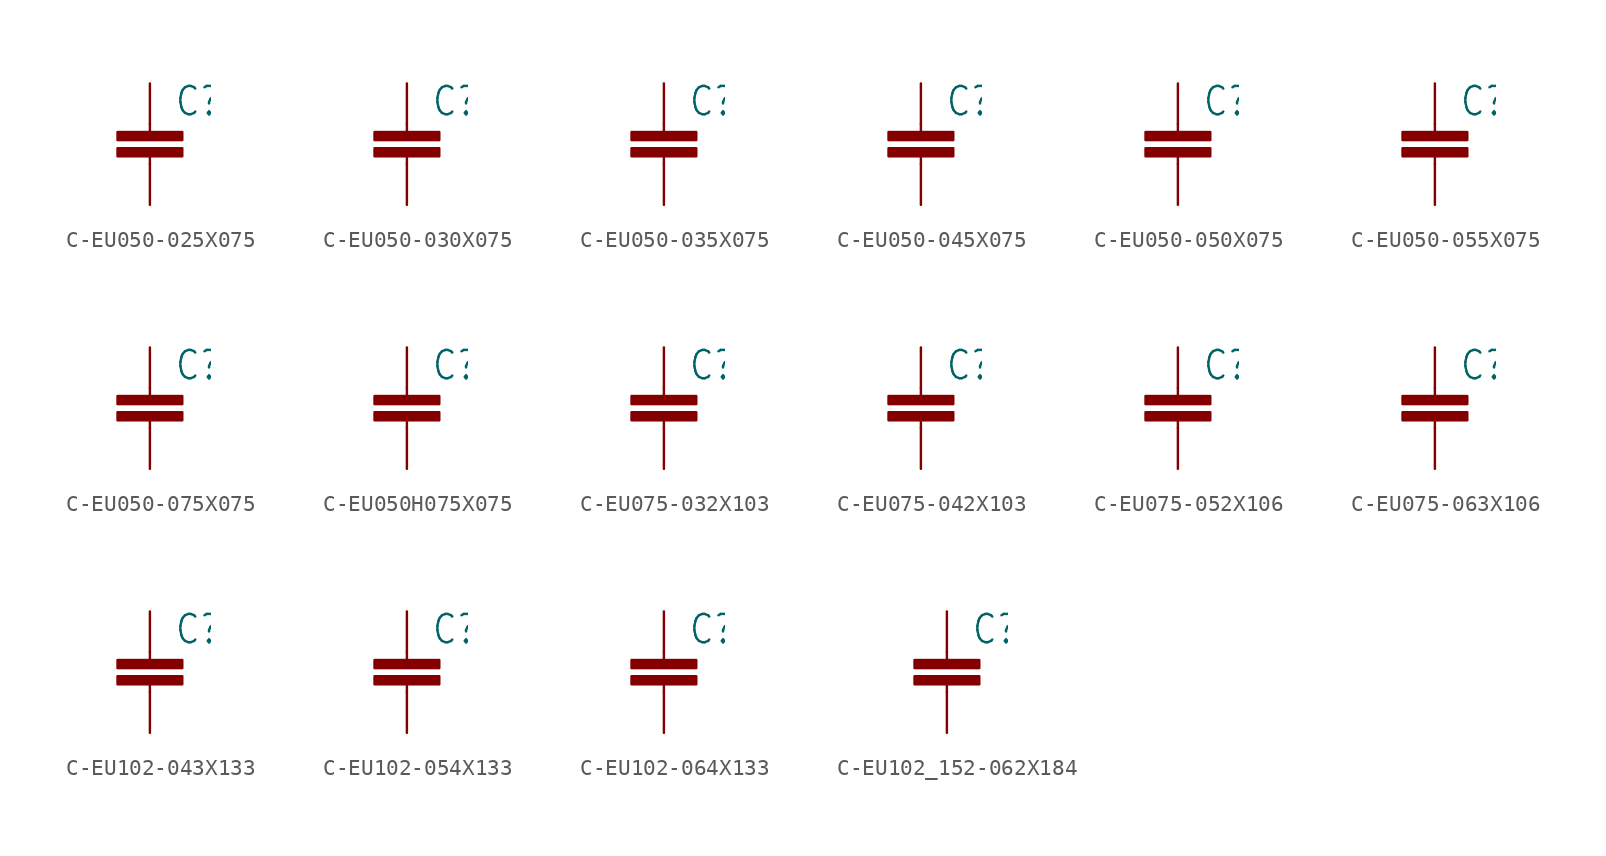
<source format=kicad_sym>
(kicad_symbol_lib
  (version 20241209)
  (generator "kicad_symbol_editor")
  (generator_version "9.0")
  (symbol "C-EU050-025X075"
    (property "Reference" "C"
      (at 1.524 0.381 0)
      (effects (font (size 1.778 1.511)) (justify left bottom)))
    (property "Value" ""
      (at 1.524 -4.699 0)
      (effects (font (size 1.778 1.511)) (justify left bottom)))
    (property "ki_locked" ""
      (at 0 0 0)
      (effects (font (size 1.27 1.27))))
    (symbol "C-EU050-025X075_1_0"
      (rectangle (start -2.032 -1.016) (end 2.032 -0.508) (stroke (width 0) (type default)) (fill (type outline)))
      (rectangle (start -2.032 -2.032) (end 2.032 -1.524) (stroke (width 0) (type default)) (fill (type outline)))
      (polyline (pts (xy 0 0) (xy 0 -0.508)) (stroke (width 0.152) (type solid)) (fill (type none)))
      (polyline (pts (xy 0 -2.54) (xy 0 -2.032)) (stroke (width 0.152) (type solid)) (fill (type none)))
      (pin passive line (at 0 2.54 270) (length 2.54) (name "1" (effects (font (size 0 0)))) (number "1" (effects (font (size 0 0)))))
      (pin passive line (at 0 -5.08 90) (length 2.54) (name "2" (effects (font (size 0 0)))) (number "2" (effects (font (size 0 0)))))))
  (symbol "C-EU050-030X075"
    (property "Reference" "C"
      (at 1.524 0.381 0)
      (effects (font (size 1.778 1.511)) (justify left bottom)))
    (property "Value" ""
      (at 1.524 -4.699 0)
      (effects (font (size 1.778 1.511)) (justify left bottom)))
    (property "ki_locked" ""
      (at 0 0 0)
      (effects (font (size 1.27 1.27))))
    (symbol "C-EU050-030X075_1_0"
      (rectangle (start -2.032 -1.016) (end 2.032 -0.508) (stroke (width 0) (type default)) (fill (type outline)))
      (rectangle (start -2.032 -2.032) (end 2.032 -1.524) (stroke (width 0) (type default)) (fill (type outline)))
      (polyline (pts (xy 0 0) (xy 0 -0.508)) (stroke (width 0.152) (type solid)) (fill (type none)))
      (polyline (pts (xy 0 -2.54) (xy 0 -2.032)) (stroke (width 0.152) (type solid)) (fill (type none)))
      (pin passive line (at 0 2.54 270) (length 2.54) (name "1" (effects (font (size 0 0)))) (number "1" (effects (font (size 0 0)))))
      (pin passive line (at 0 -5.08 90) (length 2.54) (name "2" (effects (font (size 0 0)))) (number "2" (effects (font (size 0 0)))))))
  (symbol "C-EU050-035X075"
    (property "Reference" "C"
      (at 1.524 0.381 0)
      (effects (font (size 1.778 1.511)) (justify left bottom)))
    (property "Value" ""
      (at 1.524 -4.699 0)
      (effects (font (size 1.778 1.511)) (justify left bottom)))
    (property "ki_locked" ""
      (at 0 0 0)
      (effects (font (size 1.27 1.27))))
    (symbol "C-EU050-035X075_1_0"
      (rectangle (start -2.032 -1.016) (end 2.032 -0.508) (stroke (width 0) (type default)) (fill (type outline)))
      (rectangle (start -2.032 -2.032) (end 2.032 -1.524) (stroke (width 0) (type default)) (fill (type outline)))
      (polyline (pts (xy 0 0) (xy 0 -0.508)) (stroke (width 0.152) (type solid)) (fill (type none)))
      (polyline (pts (xy 0 -2.54) (xy 0 -2.032)) (stroke (width 0.152) (type solid)) (fill (type none)))
      (pin passive line (at 0 2.54 270) (length 2.54) (name "1" (effects (font (size 0 0)))) (number "1" (effects (font (size 0 0)))))
      (pin passive line (at 0 -5.08 90) (length 2.54) (name "2" (effects (font (size 0 0)))) (number "2" (effects (font (size 0 0)))))))
  (symbol "C-EU050-045X075"
    (property "Reference" "C"
      (at 1.524 0.381 0)
      (effects (font (size 1.778 1.511)) (justify left bottom)))
    (property "Value" ""
      (at 1.524 -4.699 0)
      (effects (font (size 1.778 1.511)) (justify left bottom)))
    (property "ki_locked" ""
      (at 0 0 0)
      (effects (font (size 1.27 1.27))))
    (symbol "C-EU050-045X075_1_0"
      (rectangle (start -2.032 -1.016) (end 2.032 -0.508) (stroke (width 0) (type default)) (fill (type outline)))
      (rectangle (start -2.032 -2.032) (end 2.032 -1.524) (stroke (width 0) (type default)) (fill (type outline)))
      (polyline (pts (xy 0 0) (xy 0 -0.508)) (stroke (width 0.152) (type solid)) (fill (type none)))
      (polyline (pts (xy 0 -2.54) (xy 0 -2.032)) (stroke (width 0.152) (type solid)) (fill (type none)))
      (pin passive line (at 0 2.54 270) (length 2.54) (name "1" (effects (font (size 0 0)))) (number "1" (effects (font (size 0 0)))))
      (pin passive line (at 0 -5.08 90) (length 2.54) (name "2" (effects (font (size 0 0)))) (number "2" (effects (font (size 0 0)))))))
  (symbol "C-EU050-050X075"
    (property "Reference" "C"
      (at 1.524 0.381 0)
      (effects (font (size 1.778 1.511)) (justify left bottom)))
    (property "Value" ""
      (at 1.524 -4.699 0)
      (effects (font (size 1.778 1.511)) (justify left bottom)))
    (property "ki_locked" ""
      (at 0 0 0)
      (effects (font (size 1.27 1.27))))
    (symbol "C-EU050-050X075_1_0"
      (rectangle (start -2.032 -1.016) (end 2.032 -0.508) (stroke (width 0) (type default)) (fill (type outline)))
      (rectangle (start -2.032 -2.032) (end 2.032 -1.524) (stroke (width 0) (type default)) (fill (type outline)))
      (polyline (pts (xy 0 0) (xy 0 -0.508)) (stroke (width 0.152) (type solid)) (fill (type none)))
      (polyline (pts (xy 0 -2.54) (xy 0 -2.032)) (stroke (width 0.152) (type solid)) (fill (type none)))
      (pin passive line (at 0 2.54 270) (length 2.54) (name "1" (effects (font (size 0 0)))) (number "1" (effects (font (size 0 0)))))
      (pin passive line (at 0 -5.08 90) (length 2.54) (name "2" (effects (font (size 0 0)))) (number "2" (effects (font (size 0 0)))))))
  (symbol "C-EU050-055X075"
    (property "Reference" "C"
      (at 1.524 0.381 0)
      (effects (font (size 1.778 1.511)) (justify left bottom)))
    (property "Value" ""
      (at 1.524 -4.699 0)
      (effects (font (size 1.778 1.511)) (justify left bottom)))
    (property "ki_locked" ""
      (at 0 0 0)
      (effects (font (size 1.27 1.27))))
    (symbol "C-EU050-055X075_1_0"
      (rectangle (start -2.032 -1.016) (end 2.032 -0.508) (stroke (width 0) (type default)) (fill (type outline)))
      (rectangle (start -2.032 -2.032) (end 2.032 -1.524) (stroke (width 0) (type default)) (fill (type outline)))
      (polyline (pts (xy 0 0) (xy 0 -0.508)) (stroke (width 0.152) (type solid)) (fill (type none)))
      (polyline (pts (xy 0 -2.54) (xy 0 -2.032)) (stroke (width 0.152) (type solid)) (fill (type none)))
      (pin passive line (at 0 2.54 270) (length 2.54) (name "1" (effects (font (size 0 0)))) (number "1" (effects (font (size 0 0)))))
      (pin passive line (at 0 -5.08 90) (length 2.54) (name "2" (effects (font (size 0 0)))) (number "2" (effects (font (size 0 0)))))))
  (symbol "C-EU050-075X075"
    (property "Reference" "C"
      (at 1.524 0.381 0)
      (effects (font (size 1.778 1.511)) (justify left bottom)))
    (property "Value" ""
      (at 1.524 -4.699 0)
      (effects (font (size 1.778 1.511)) (justify left bottom)))
    (property "ki_locked" ""
      (at 0 0 0)
      (effects (font (size 1.27 1.27))))
    (symbol "C-EU050-075X075_1_0"
      (rectangle (start -2.032 -1.016) (end 2.032 -0.508) (stroke (width 0) (type default)) (fill (type outline)))
      (rectangle (start -2.032 -2.032) (end 2.032 -1.524) (stroke (width 0) (type default)) (fill (type outline)))
      (polyline (pts (xy 0 0) (xy 0 -0.508)) (stroke (width 0.152) (type solid)) (fill (type none)))
      (polyline (pts (xy 0 -2.54) (xy 0 -2.032)) (stroke (width 0.152) (type solid)) (fill (type none)))
      (pin passive line (at 0 2.54 270) (length 2.54) (name "1" (effects (font (size 0 0)))) (number "1" (effects (font (size 0 0)))))
      (pin passive line (at 0 -5.08 90) (length 2.54) (name "2" (effects (font (size 0 0)))) (number "2" (effects (font (size 0 0)))))))
  (symbol "C-EU050H075X075"
    (property "Reference" "C"
      (at 1.524 0.381 0)
      (effects (font (size 1.778 1.511)) (justify left bottom)))
    (property "Value" ""
      (at 1.524 -4.699 0)
      (effects (font (size 1.778 1.511)) (justify left bottom)))
    (property "ki_locked" ""
      (at 0 0 0)
      (effects (font (size 1.27 1.27))))
    (symbol "C-EU050H075X075_1_0"
      (rectangle (start -2.032 -1.016) (end 2.032 -0.508) (stroke (width 0) (type default)) (fill (type outline)))
      (rectangle (start -2.032 -2.032) (end 2.032 -1.524) (stroke (width 0) (type default)) (fill (type outline)))
      (polyline (pts (xy 0 0) (xy 0 -0.508)) (stroke (width 0.152) (type solid)) (fill (type none)))
      (polyline (pts (xy 0 -2.54) (xy 0 -2.032)) (stroke (width 0.152) (type solid)) (fill (type none)))
      (pin passive line (at 0 2.54 270) (length 2.54) (name "1" (effects (font (size 0 0)))) (number "1" (effects (font (size 0 0)))))
      (pin passive line (at 0 -5.08 90) (length 2.54) (name "2" (effects (font (size 0 0)))) (number "2" (effects (font (size 0 0)))))))
  (symbol "C-EU075-032X103"
    (property "Reference" "C"
      (at 1.524 0.381 0)
      (effects (font (size 1.778 1.511)) (justify left bottom)))
    (property "Value" ""
      (at 1.524 -4.699 0)
      (effects (font (size 1.778 1.511)) (justify left bottom)))
    (property "ki_locked" ""
      (at 0 0 0)
      (effects (font (size 1.27 1.27))))
    (symbol "C-EU075-032X103_1_0"
      (rectangle (start -2.032 -1.016) (end 2.032 -0.508) (stroke (width 0) (type default)) (fill (type outline)))
      (rectangle (start -2.032 -2.032) (end 2.032 -1.524) (stroke (width 0) (type default)) (fill (type outline)))
      (polyline (pts (xy 0 0) (xy 0 -0.508)) (stroke (width 0.152) (type solid)) (fill (type none)))
      (polyline (pts (xy 0 -2.54) (xy 0 -2.032)) (stroke (width 0.152) (type solid)) (fill (type none)))
      (pin passive line (at 0 2.54 270) (length 2.54) (name "1" (effects (font (size 0 0)))) (number "1" (effects (font (size 0 0)))))
      (pin passive line (at 0 -5.08 90) (length 2.54) (name "2" (effects (font (size 0 0)))) (number "2" (effects (font (size 0 0)))))))
  (symbol "C-EU075-042X103"
    (property "Reference" "C"
      (at 1.524 0.381 0)
      (effects (font (size 1.778 1.511)) (justify left bottom)))
    (property "Value" ""
      (at 1.524 -4.699 0)
      (effects (font (size 1.778 1.511)) (justify left bottom)))
    (property "ki_locked" ""
      (at 0 0 0)
      (effects (font (size 1.27 1.27))))
    (symbol "C-EU075-042X103_1_0"
      (rectangle (start -2.032 -1.016) (end 2.032 -0.508) (stroke (width 0) (type default)) (fill (type outline)))
      (rectangle (start -2.032 -2.032) (end 2.032 -1.524) (stroke (width 0) (type default)) (fill (type outline)))
      (polyline (pts (xy 0 0) (xy 0 -0.508)) (stroke (width 0.152) (type solid)) (fill (type none)))
      (polyline (pts (xy 0 -2.54) (xy 0 -2.032)) (stroke (width 0.152) (type solid)) (fill (type none)))
      (pin passive line (at 0 2.54 270) (length 2.54) (name "1" (effects (font (size 0 0)))) (number "1" (effects (font (size 0 0)))))
      (pin passive line (at 0 -5.08 90) (length 2.54) (name "2" (effects (font (size 0 0)))) (number "2" (effects (font (size 0 0)))))))
  (symbol "C-EU075-052X106"
    (property "Reference" "C"
      (at 1.524 0.381 0)
      (effects (font (size 1.778 1.511)) (justify left bottom)))
    (property "Value" ""
      (at 1.524 -4.699 0)
      (effects (font (size 1.778 1.511)) (justify left bottom)))
    (property "ki_locked" ""
      (at 0 0 0)
      (effects (font (size 1.27 1.27))))
    (symbol "C-EU075-052X106_1_0"
      (rectangle (start -2.032 -1.016) (end 2.032 -0.508) (stroke (width 0) (type default)) (fill (type outline)))
      (rectangle (start -2.032 -2.032) (end 2.032 -1.524) (stroke (width 0) (type default)) (fill (type outline)))
      (polyline (pts (xy 0 0) (xy 0 -0.508)) (stroke (width 0.152) (type solid)) (fill (type none)))
      (polyline (pts (xy 0 -2.54) (xy 0 -2.032)) (stroke (width 0.152) (type solid)) (fill (type none)))
      (pin passive line (at 0 2.54 270) (length 2.54) (name "1" (effects (font (size 0 0)))) (number "1" (effects (font (size 0 0)))))
      (pin passive line (at 0 -5.08 90) (length 2.54) (name "2" (effects (font (size 0 0)))) (number "2" (effects (font (size 0 0)))))))
  (symbol "C-EU075-063X106"
    (property "Reference" "C"
      (at 1.524 0.381 0)
      (effects (font (size 1.778 1.511)) (justify left bottom)))
    (property "Value" ""
      (at 1.524 -4.699 0)
      (effects (font (size 1.778 1.511)) (justify left bottom)))
    (property "ki_locked" ""
      (at 0 0 0)
      (effects (font (size 1.27 1.27))))
    (symbol "C-EU075-063X106_1_0"
      (rectangle (start -2.032 -1.016) (end 2.032 -0.508) (stroke (width 0) (type default)) (fill (type outline)))
      (rectangle (start -2.032 -2.032) (end 2.032 -1.524) (stroke (width 0) (type default)) (fill (type outline)))
      (polyline (pts (xy 0 0) (xy 0 -0.508)) (stroke (width 0.152) (type solid)) (fill (type none)))
      (polyline (pts (xy 0 -2.54) (xy 0 -2.032)) (stroke (width 0.152) (type solid)) (fill (type none)))
      (pin passive line (at 0 2.54 270) (length 2.54) (name "1" (effects (font (size 0 0)))) (number "1" (effects (font (size 0 0)))))
      (pin passive line (at 0 -5.08 90) (length 2.54) (name "2" (effects (font (size 0 0)))) (number "2" (effects (font (size 0 0)))))))
  (symbol "C-EU102-043X133"
    (property "Reference" "C"
      (at 1.524 0.381 0)
      (effects (font (size 1.778 1.511)) (justify left bottom)))
    (property "Value" ""
      (at 1.524 -4.699 0)
      (effects (font (size 1.778 1.511)) (justify left bottom)))
    (property "ki_locked" ""
      (at 0 0 0)
      (effects (font (size 1.27 1.27))))
    (symbol "C-EU102-043X133_1_0"
      (rectangle (start -2.032 -1.016) (end 2.032 -0.508) (stroke (width 0) (type default)) (fill (type outline)))
      (rectangle (start -2.032 -2.032) (end 2.032 -1.524) (stroke (width 0) (type default)) (fill (type outline)))
      (polyline (pts (xy 0 0) (xy 0 -0.508)) (stroke (width 0.152) (type solid)) (fill (type none)))
      (polyline (pts (xy 0 -2.54) (xy 0 -2.032)) (stroke (width 0.152) (type solid)) (fill (type none)))
      (pin passive line (at 0 2.54 270) (length 2.54) (name "1" (effects (font (size 0 0)))) (number "1" (effects (font (size 0 0)))))
      (pin passive line (at 0 -5.08 90) (length 2.54) (name "2" (effects (font (size 0 0)))) (number "2" (effects (font (size 0 0)))))))
  (symbol "C-EU102-054X133"
    (property "Reference" "C"
      (at 1.524 0.381 0)
      (effects (font (size 1.778 1.511)) (justify left bottom)))
    (property "Value" ""
      (at 1.524 -4.699 0)
      (effects (font (size 1.778 1.511)) (justify left bottom)))
    (property "ki_locked" ""
      (at 0 0 0)
      (effects (font (size 1.27 1.27))))
    (symbol "C-EU102-054X133_1_0"
      (rectangle (start -2.032 -1.016) (end 2.032 -0.508) (stroke (width 0) (type default)) (fill (type outline)))
      (rectangle (start -2.032 -2.032) (end 2.032 -1.524) (stroke (width 0) (type default)) (fill (type outline)))
      (polyline (pts (xy 0 0) (xy 0 -0.508)) (stroke (width 0.152) (type solid)) (fill (type none)))
      (polyline (pts (xy 0 -2.54) (xy 0 -2.032)) (stroke (width 0.152) (type solid)) (fill (type none)))
      (pin passive line (at 0 2.54 270) (length 2.54) (name "1" (effects (font (size 0 0)))) (number "1" (effects (font (size 0 0)))))
      (pin passive line (at 0 -5.08 90) (length 2.54) (name "2" (effects (font (size 0 0)))) (number "2" (effects (font (size 0 0)))))))
  (symbol "C-EU102-064X133"
    (property "Reference" "C"
      (at 1.524 0.381 0)
      (effects (font (size 1.778 1.511)) (justify left bottom)))
    (property "Value" ""
      (at 1.524 -4.699 0)
      (effects (font (size 1.778 1.511)) (justify left bottom)))
    (property "ki_locked" ""
      (at 0 0 0)
      (effects (font (size 1.27 1.27))))
    (symbol "C-EU102-064X133_1_0"
      (rectangle (start -2.032 -1.016) (end 2.032 -0.508) (stroke (width 0) (type default)) (fill (type outline)))
      (rectangle (start -2.032 -2.032) (end 2.032 -1.524) (stroke (width 0) (type default)) (fill (type outline)))
      (polyline (pts (xy 0 0) (xy 0 -0.508)) (stroke (width 0.152) (type solid)) (fill (type none)))
      (polyline (pts (xy 0 -2.54) (xy 0 -2.032)) (stroke (width 0.152) (type solid)) (fill (type none)))
      (pin passive line (at 0 2.54 270) (length 2.54) (name "1" (effects (font (size 0 0)))) (number "1" (effects (font (size 0 0)))))
      (pin passive line (at 0 -5.08 90) (length 2.54) (name "2" (effects (font (size 0 0)))) (number "2" (effects (font (size 0 0)))))))
  (symbol "C-EU102_152-062X184"
    (property "Reference" "C"
      (at 1.524 0.381 0)
      (effects (font (size 1.778 1.511)) (justify left bottom)))
    (property "Value" ""
      (at 1.524 -4.699 0)
      (effects (font (size 1.778 1.511)) (justify left bottom)))
    (property "ki_locked" ""
      (at 0 0 0)
      (effects (font (size 1.27 1.27))))
    (symbol "C-EU102_152-062X184_1_0"
      (rectangle (start -2.032 -1.016) (end 2.032 -0.508) (stroke (width 0) (type default)) (fill (type outline)))
      (rectangle (start -2.032 -2.032) (end 2.032 -1.524) (stroke (width 0) (type default)) (fill (type outline)))
      (polyline (pts (xy 0 0) (xy 0 -0.508)) (stroke (width 0.152) (type solid)) (fill (type none)))
      (polyline (pts (xy 0 -2.54) (xy 0 -2.032)) (stroke (width 0.152) (type solid)) (fill (type none)))
      (pin passive line (at 0 2.54 270) (length 2.54) (name "1" (effects (font (size 0 0)))) (number "1" (effects (font (size 0 0)))))
      (pin passive line (at 0 -5.08 90) (length 2.54) (name "2" (effects (font (size 0 0)))) (number "2" (effects (font (size 0 0))))))))
</source>
